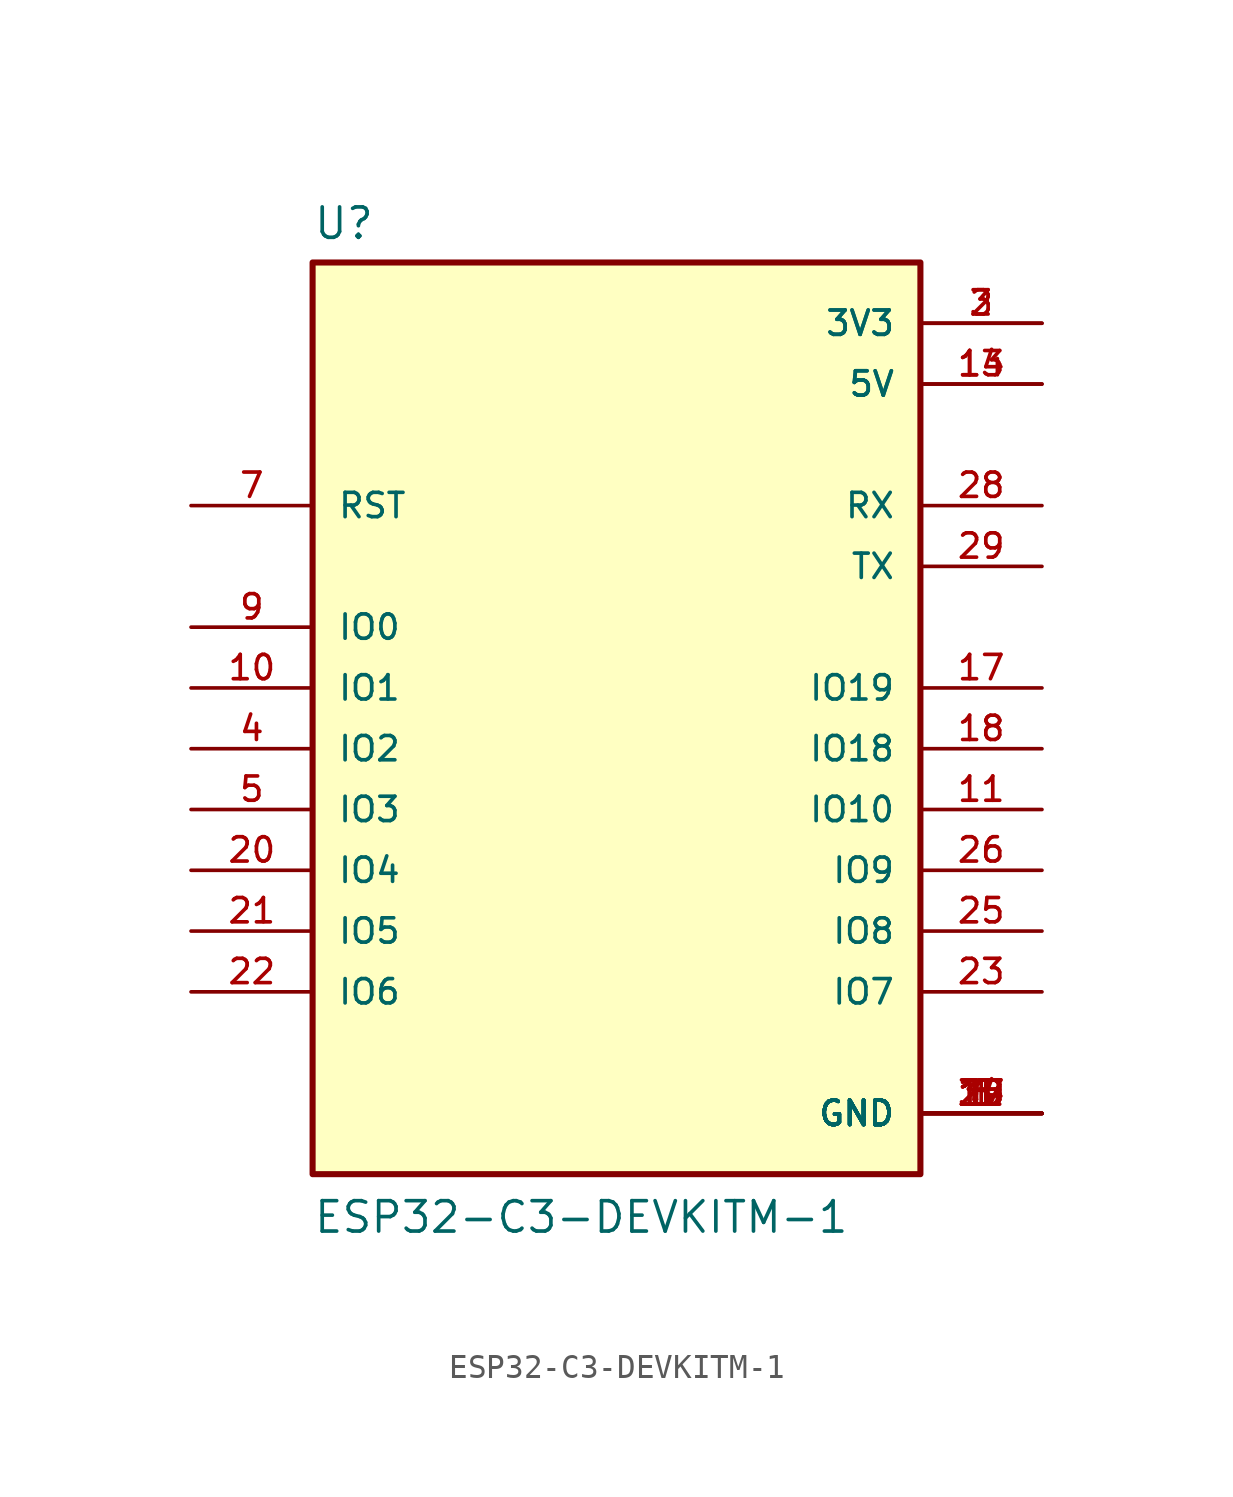
<source format=kicad_sym>
(kicad_symbol_lib
  (version 20211014)
  (generator kicad_symbol_editor)
  (symbol "ESP32-C3-DEVKITM-1"
    (pin_names
      (offset 1.016))
    (property "Reference" "U"
      (at -12.7 18.669 0)
      (effects (font (size 1.27 1.27)) (justify left bottom)))
    (property "Value" "ESP32-C3-DEVKITM-1"
      (at -12.7 -22.86 0)
      (effects (font (size 1.27 1.27)) (justify left bottom)))
    (symbol "ESP32-C3-DEVKITM-1_0_0"
      (rectangle (start -12.7 -20.32) (end 12.7 17.78) (stroke (width 0.254) (type default) (color 0 0 0 0)) (fill (type background)))
      (pin power_in line (at 17.78 -17.78 180) (length 5.08) (name "GND" (effects (font (size 1.016 1.016)))) (number "1" (effects (font (size 1.016 1.016)))))
      (pin bidirectional line (at -17.78 0 0) (length 5.08) (name "IO1" (effects (font (size 1.016 1.016)))) (number "10" (effects (font (size 1.016 1.016)))))
      (pin bidirectional line (at 17.78 -5.08 180) (length 5.08) (name "IO10" (effects (font (size 1.016 1.016)))) (number "11" (effects (font (size 1.016 1.016)))))
      (pin power_in line (at 17.78 -17.78 180) (length 5.08) (name "GND" (effects (font (size 1.016 1.016)))) (number "12" (effects (font (size 1.016 1.016)))))
      (pin power_in line (at 17.78 12.7 180) (length 5.08) (name "5V" (effects (font (size 1.016 1.016)))) (number "13" (effects (font (size 1.016 1.016)))))
      (pin power_in line (at 17.78 12.7 180) (length 5.08) (name "5V" (effects (font (size 1.016 1.016)))) (number "14" (effects (font (size 1.016 1.016)))))
      (pin power_in line (at 17.78 -17.78 180) (length 5.08) (name "GND" (effects (font (size 1.016 1.016)))) (number "15" (effects (font (size 1.016 1.016)))))
      (pin power_in line (at 17.78 -17.78 180) (length 5.08) (name "GND" (effects (font (size 1.016 1.016)))) (number "16" (effects (font (size 1.016 1.016)))))
      (pin bidirectional line (at 17.78 0 180) (length 5.08) (name "IO19" (effects (font (size 1.016 1.016)))) (number "17" (effects (font (size 1.016 1.016)))))
      (pin bidirectional line (at 17.78 -2.54 180) (length 5.08) (name "IO18" (effects (font (size 1.016 1.016)))) (number "18" (effects (font (size 1.016 1.016)))))
      (pin power_in line (at 17.78 -17.78 180) (length 5.08) (name "GND" (effects (font (size 1.016 1.016)))) (number "19" (effects (font (size 1.016 1.016)))))
      (pin power_in line (at 17.78 15.24 180) (length 5.08) (name "3V3" (effects (font (size 1.016 1.016)))) (number "2" (effects (font (size 1.016 1.016)))))
      (pin bidirectional line (at -17.78 -7.62 0) (length 5.08) (name "IO4" (effects (font (size 1.016 1.016)))) (number "20" (effects (font (size 1.016 1.016)))))
      (pin bidirectional line (at -17.78 -10.16 0) (length 5.08) (name "IO5" (effects (font (size 1.016 1.016)))) (number "21" (effects (font (size 1.016 1.016)))))
      (pin bidirectional line (at -17.78 -12.7 0) (length 5.08) (name "IO6" (effects (font (size 1.016 1.016)))) (number "22" (effects (font (size 1.016 1.016)))))
      (pin bidirectional line (at 17.78 -12.7 180) (length 5.08) (name "IO7" (effects (font (size 1.016 1.016)))) (number "23" (effects (font (size 1.016 1.016)))))
      (pin power_in line (at 17.78 -17.78 180) (length 5.08) (name "GND" (effects (font (size 1.016 1.016)))) (number "24" (effects (font (size 1.016 1.016)))))
      (pin bidirectional line (at 17.78 -10.16 180) (length 5.08) (name "IO8" (effects (font (size 1.016 1.016)))) (number "25" (effects (font (size 1.016 1.016)))))
      (pin bidirectional line (at 17.78 -7.62 180) (length 5.08) (name "IO9" (effects (font (size 1.016 1.016)))) (number "26" (effects (font (size 1.016 1.016)))))
      (pin power_in line (at 17.78 -17.78 180) (length 5.08) (name "GND" (effects (font (size 1.016 1.016)))) (number "27" (effects (font (size 1.016 1.016)))))
      (pin bidirectional line (at 17.78 7.62 180) (length 5.08) (name "RX" (effects (font (size 1.016 1.016)))) (number "28" (effects (font (size 1.016 1.016)))))
      (pin bidirectional line (at 17.78 5.08 180) (length 5.08) (name "TX" (effects (font (size 1.016 1.016)))) (number "29" (effects (font (size 1.016 1.016)))))
      (pin power_in line (at 17.78 15.24 180) (length 5.08) (name "3V3" (effects (font (size 1.016 1.016)))) (number "3" (effects (font (size 1.016 1.016)))))
      (pin power_in line (at 17.78 -17.78 180) (length 5.08) (name "GND" (effects (font (size 1.016 1.016)))) (number "30" (effects (font (size 1.016 1.016)))))
      (pin bidirectional line (at -17.78 -2.54 0) (length 5.08) (name "IO2" (effects (font (size 1.016 1.016)))) (number "4" (effects (font (size 1.016 1.016)))))
      (pin bidirectional line (at -17.78 -5.08 0) (length 5.08) (name "IO3" (effects (font (size 1.016 1.016)))) (number "5" (effects (font (size 1.016 1.016)))))
      (pin power_in line (at 17.78 -17.78 180) (length 5.08) (name "GND" (effects (font (size 1.016 1.016)))) (number "6" (effects (font (size 1.016 1.016)))))
      (pin input line (at -17.78 7.62 0) (length 5.08) (name "RST" (effects (font (size 1.016 1.016)))) (number "7" (effects (font (size 1.016 1.016)))))
      (pin power_in line (at 17.78 -17.78 180) (length 5.08) (name "GND" (effects (font (size 1.016 1.016)))) (number "8" (effects (font (size 1.016 1.016)))))
      (pin bidirectional line (at -17.78 2.54 0) (length 5.08) (name "IO0" (effects (font (size 1.016 1.016)))) (number "9" (effects (font (size 1.016 1.016))))))))
</source>
